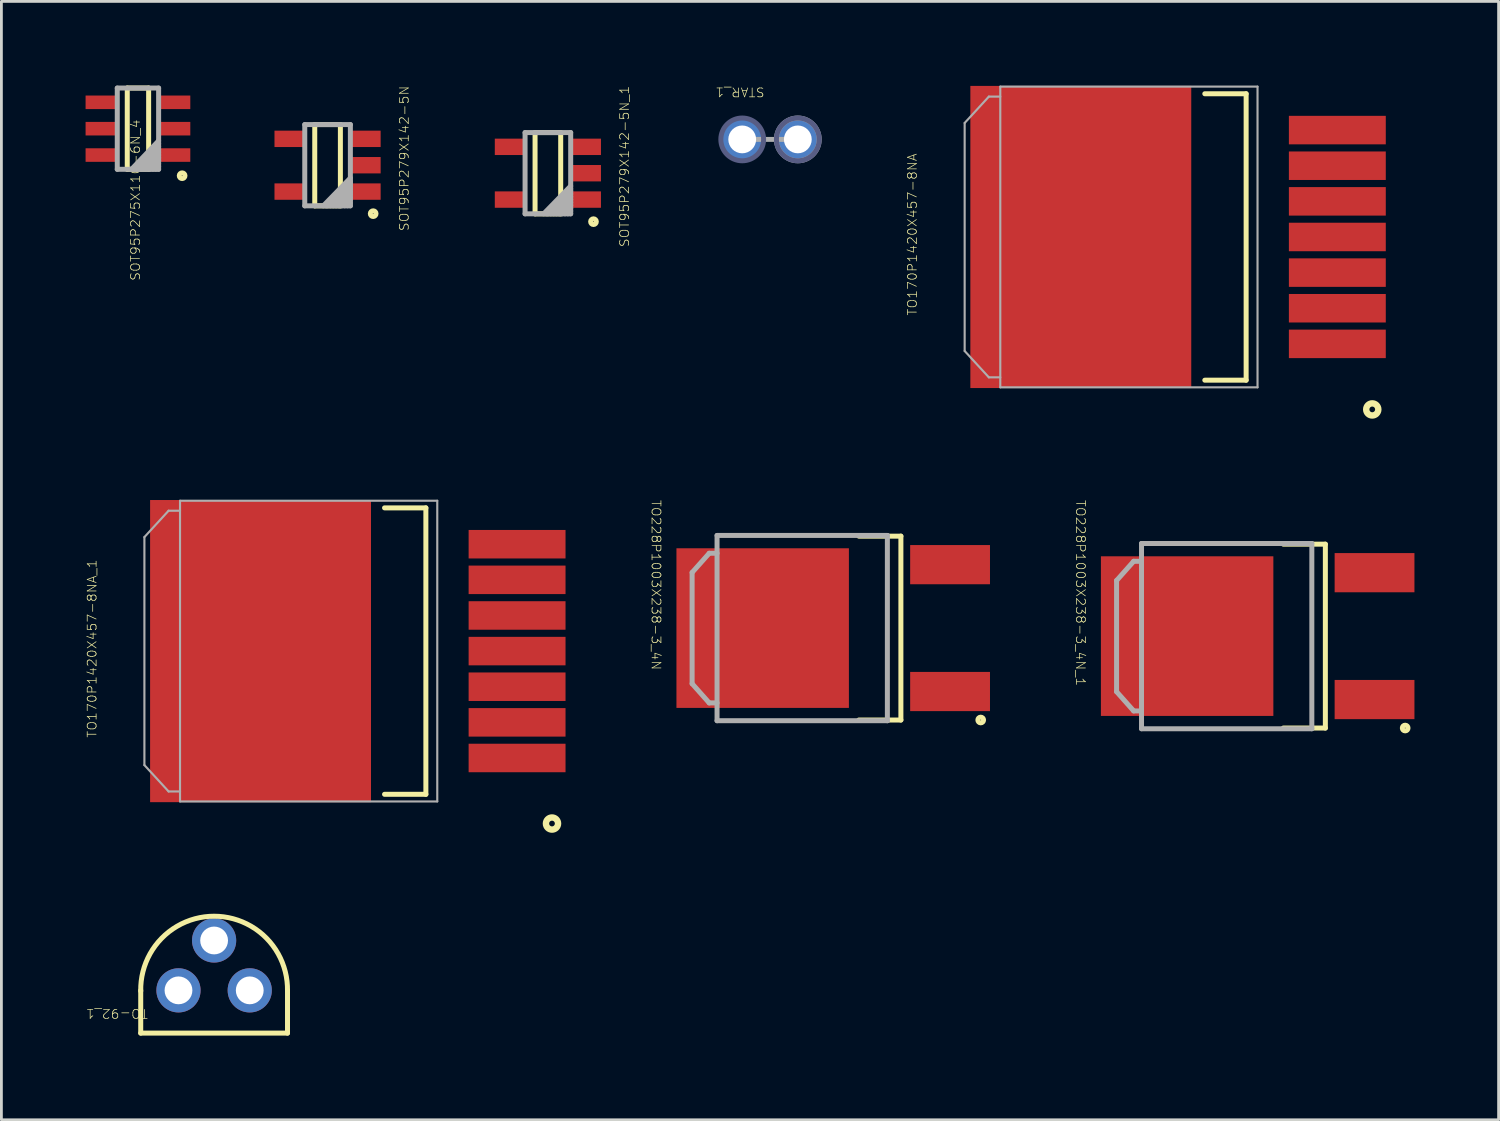
<source format=kicad_pcb>
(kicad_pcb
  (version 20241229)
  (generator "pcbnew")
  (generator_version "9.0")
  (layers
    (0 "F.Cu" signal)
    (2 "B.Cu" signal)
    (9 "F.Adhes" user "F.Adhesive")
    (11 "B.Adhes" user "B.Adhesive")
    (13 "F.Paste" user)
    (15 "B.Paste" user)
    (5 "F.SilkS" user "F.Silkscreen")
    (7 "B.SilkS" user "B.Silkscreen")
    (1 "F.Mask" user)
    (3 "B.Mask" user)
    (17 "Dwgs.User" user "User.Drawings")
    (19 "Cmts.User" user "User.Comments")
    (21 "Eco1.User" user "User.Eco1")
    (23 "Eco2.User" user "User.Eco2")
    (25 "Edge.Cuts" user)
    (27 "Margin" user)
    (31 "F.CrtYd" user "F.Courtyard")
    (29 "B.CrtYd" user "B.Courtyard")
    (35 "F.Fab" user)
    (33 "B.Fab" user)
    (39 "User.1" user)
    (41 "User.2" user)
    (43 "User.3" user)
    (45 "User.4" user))
  (footprint "SOT95P279X142-5N"
    (layer "F.Cu")
    (at 8.626 2.839)
    (property "Reference" "SOT95P279X142-5N" (at 2.731 -0.241 90) (unlocked yes) (layer "F.SilkS") (effects (font (size 0.317 0.333) (thickness 0.025))))
    (attr smd)
    (fp_line (start -0.457 -1.448) (end -0.457 1.448) (stroke (width 0.178) (type solid)) (layer "F.SilkS"))
    (fp_line (start 0.457 -1.448) (end -0.457 -1.448) (stroke (width 0.178) (type solid)) (layer "F.SilkS"))
    (fp_line (start 0.457 -1.448) (end 0.457 1.448) (stroke (width 0.178) (type solid)) (layer "F.SilkS"))
    (fp_line (start 0.457 1.448) (end -0.457 1.448) (stroke (width 0.178) (type solid)) (layer "F.SilkS"))
    (fp_arc (start 1.524 1.7272) (mid 1.7272 1.7272) (end 1.524 1.7272) (stroke (width 0.1778) (type solid)) (layer "F.SilkS"))
    (fp_line (start -0.813 -1.448) (end -0.813 1.448) (stroke (width 0.178) (type solid)) (layer "F.Fab"))
    (fp_line (start 0.813 -1.448) (end -0.813 -1.448) (stroke (width 0.178) (type solid)) (layer "F.Fab"))
    (fp_line (start 0.813 -1.448) (end 0.813 1.448) (stroke (width 0.178) (type solid)) (layer "F.Fab"))
    (fp_line (start 0.813 0.457) (end -0.152 1.448) (stroke (width 0.178) (type solid)) (layer "F.Fab"))
    (fp_line (start 0.813 0.559) (end -0.051 1.448) (stroke (width 0.178) (type solid)) (layer "F.Fab"))
    (fp_line (start 0.813 0.635) (end 0 1.448) (stroke (width 0.178) (type solid)) (layer "F.Fab"))
    (fp_line (start 0.813 0.737) (end 0.102 1.448) (stroke (width 0.178) (type solid)) (layer "F.Fab"))
    (fp_line (start 0.813 0.838) (end 0.203 1.448) (stroke (width 0.178) (type solid)) (layer "F.Fab"))
    (fp_line (start 0.813 0.94) (end 0.305 1.448) (stroke (width 0.178) (type solid)) (layer "F.Fab"))
    (fp_line (start 0.813 1.041) (end 0.406 1.448) (stroke (width 0.178) (type solid)) (layer "F.Fab"))
    (fp_line (start 0.813 1.143) (end 0.508 1.448) (stroke (width 0.178) (type solid)) (layer "F.Fab"))
    (fp_line (start 0.813 1.245) (end 0.61 1.448) (stroke (width 0.178) (type solid)) (layer "F.Fab"))
    (fp_line (start 0.813 1.346) (end 0.711 1.448) (stroke (width 0.178) (type solid)) (layer "F.Fab"))
    (fp_line (start 0.813 1.448) (end -0.813 1.448) (stroke (width 0.178) (type solid)) (layer "F.Fab"))
    (pad "1" smd rect (at 1.346 0.94) (size 1.092 0.584) (layers "F.Cu" "F.Mask" "F.Paste"))
    (pad "2" smd rect (at 1.346 0) (size 1.092 0.584) (layers "F.Cu" "F.Mask" "F.Paste"))
    (pad "3" smd rect (at 1.346 -0.94) (size 1.092 0.584) (layers "F.Cu" "F.Mask" "F.Paste"))
    (pad "4" smd rect (at -1.346 -0.94) (size 1.092 0.584) (layers "F.Cu" "F.Mask" "F.Paste"))
    (pad "5" smd rect (at -1.346 0.94) (size 1.092 0.584) (layers "F.Cu" "F.Mask" "F.Paste")))
  (footprint "TO170P1420X457-8NA"
    (layer "F.Cu")
    (at 40.047 5.397)
    (property "Reference" "TO170P1420X457-8NA" (at -10.579 -0.089 90) (unlocked yes) (layer "F.SilkS") (effects (font (size 0.317 0.333) (thickness 0.025))))
    (attr smd)
    (fp_line (start 1.321 -5.105) (end -0.152 -5.105) (stroke (width 0.178) (type solid)) (layer "F.SilkS"))
    (fp_line (start 1.321 -5.105) (end 1.321 5.105) (stroke (width 0.178) (type solid)) (layer "F.SilkS"))
    (fp_line (start 1.321 5.105) (end -0.152 5.105) (stroke (width 0.178) (type solid)) (layer "F.SilkS"))
    (fp_arc (start 5.715 6.1468) (mid 5.9182 6.1468) (end 5.715 6.1468) (stroke (width 0.2286) (type solid)) (layer "F.SilkS"))
    (fp_line (start -8.712 -4.064) (end -8.712 4.064) (stroke (width 0.076) (type solid)) (layer "F.Fab"))
    (fp_line (start -7.849 -5.004) (end -8.712 -4.064) (stroke (width 0.076) (type solid)) (layer "F.Fab"))
    (fp_line (start -7.849 5.004) (end -8.712 4.064) (stroke (width 0.076) (type solid)) (layer "F.Fab"))
    (fp_line (start -7.442 -5.359) (end -7.442 5.359) (stroke (width 0.076) (type solid)) (layer "F.Fab"))
    (fp_line (start -7.442 -5.004) (end -7.849 -5.004) (stroke (width 0.076) (type solid)) (layer "F.Fab"))
    (fp_line (start -7.442 5.004) (end -7.849 5.004) (stroke (width 0.076) (type solid)) (layer "F.Fab"))
    (fp_line (start 1.727 -5.359) (end -7.442 -5.359) (stroke (width 0.076) (type solid)) (layer "F.Fab"))
    (fp_line (start 1.727 -5.359) (end 1.727 5.359) (stroke (width 0.076) (type solid)) (layer "F.Fab"))
    (fp_line (start 1.727 5.359) (end -7.442 5.359) (stroke (width 0.076) (type solid)) (layer "F.Fab"))
    (pad "1" smd rect (at 4.572 3.81) (size 3.454 1.016) (layers "F.Cu" "F.Mask" "F.Paste"))
    (pad "2" smd rect (at 4.572 2.54) (size 3.454 1.016) (layers "F.Cu" "F.Mask" "F.Paste"))
    (pad "3" smd rect (at 4.572 1.27) (size 3.454 1.016) (layers "F.Cu" "F.Mask" "F.Paste"))
    (pad "4" smd rect (at 4.572 0) (size 3.454 1.016) (layers "F.Cu" "F.Mask" "F.Paste"))
    (pad "5" smd rect (at 4.572 -1.27) (size 3.454 1.016) (layers "F.Cu" "F.Mask" "F.Paste"))
    (pad "6" smd rect (at 4.572 -2.54) (size 3.454 1.016) (layers "F.Cu" "F.Mask" "F.Paste"))
    (pad "7" smd rect (at 4.572 -3.81) (size 3.454 1.016) (layers "F.Cu" "F.Mask" "F.Paste"))
    (pad "8" smd rect (at -4.572 0 90) (size 10.77 7.874) (layers "F.Cu" "F.Mask" "F.Paste")))
  (footprint "TO-92_1"
    (layer "F.Cu")
    (at 3.312 32.251)
    (property "Reference" "TO-92_1" (at -2.197 0.826 180) (unlocked yes) (layer "F.SilkS") (effects (font (size 0.317 0.333) (thickness 0.025))))
    (attr smd)
    (fp_line (start -1.346 1.524) (end -1.346 0) (stroke (width 0.178) (type solid)) (layer "F.SilkS"))
    (fp_line (start -1.346 1.524) (end 3.886 1.524) (stroke (width 0.178) (type solid)) (layer "F.SilkS"))
    (fp_line (start 3.886 1.524) (end 3.886 0) (stroke (width 0.178) (type solid)) (layer "F.SilkS"))
    (fp_arc (start -1.345718 0.024825) (mid 1.27 -2.6416) (end 3.885718 0.024824) (stroke (width 0.1778) (type solid)) (layer "F.SilkS"))
    (pad "1" thru_hole circle (at 0 0) (size 1.575 1.575) (drill 0.991) (layers "*.Cu" "*.Mask"))
    (pad "2" thru_hole circle (at 1.27 -1.778) (size 1.575 1.575) (drill 0.991) (layers "*.Cu" "*.Mask"))
    (pad "3" thru_hole circle (at 2.54 0) (size 1.575 1.575) (drill 0.991) (layers "*.Cu" "*.Mask")))
  (footprint "TO228P1003X238-3_4N_1"
    (layer "F.Cu")
    (at 41.754 19.624)
    (property "Reference" "TO228P1003X238-3_4N_1" (at -6.287 -1.537 270) (unlocked yes) (layer "F.SilkS") (effects (font (size 0.317 0.333) (thickness 0.025))))
    (attr smd)
    (fp_line (start 2.438 -3.277) (end 0.94 -3.277) (stroke (width 0.178) (type solid)) (layer "F.SilkS"))
    (fp_line (start 2.438 -3.277) (end 2.438 3.277) (stroke (width 0.178) (type solid)) (layer "F.SilkS"))
    (fp_line (start 2.438 3.277) (end 0.94 3.277) (stroke (width 0.178) (type solid)) (layer "F.SilkS"))
    (fp_arc (start 5.1816 3.2766) (mid 5.3848 3.2766) (end 5.1816 3.2766) (stroke (width 0.1778) (type solid)) (layer "F.SilkS"))
    (fp_line (start -5.004 -1.981) (end -5.004 1.981) (stroke (width 0.178) (type solid)) (layer "F.Fab"))
    (fp_line (start -4.394 -2.667) (end -5.004 -1.981) (stroke (width 0.178) (type solid)) (layer "F.Fab"))
    (fp_line (start -4.394 2.667) (end -5.004 1.981) (stroke (width 0.178) (type solid)) (layer "F.Fab"))
    (fp_line (start -4.115 -3.302) (end -4.115 3.302) (stroke (width 0.178) (type solid)) (layer "F.Fab"))
    (fp_line (start -4.115 -2.667) (end -4.394 -2.667) (stroke (width 0.178) (type solid)) (layer "F.Fab"))
    (fp_line (start -4.115 2.667) (end -4.394 2.667) (stroke (width 0.178) (type solid)) (layer "F.Fab"))
    (fp_line (start 1.956 -3.302) (end -4.115 -3.302) (stroke (width 0.178) (type solid)) (layer "F.Fab"))
    (fp_line (start 1.956 -3.302) (end 1.956 3.302) (stroke (width 0.178) (type solid)) (layer "F.Fab"))
    (fp_line (start 1.956 3.302) (end -4.115 3.302) (stroke (width 0.178) (type solid)) (layer "F.Fab"))
    (pad "1" smd rect (at 4.191 2.261) (size 2.845 1.397) (layers "F.Cu" "F.Mask" "F.Paste"))
    (pad "3" smd rect (at 4.191 -2.261) (size 2.845 1.397) (layers "F.Cu" "F.Mask" "F.Paste"))
    (pad "4" smd rect (at -2.489 0) (size 6.147 5.69) (layers "F.Cu" "F.Mask" "F.Paste")))
  (footprint "SOT95P275X110-6N_4"
    (layer "F.Cu")
    (at 1.867 1.537)
    (property "Reference" "SOT95P275X110-6N_4" (at -0.089 2.546 90) (unlocked yes) (layer "F.SilkS") (effects (font (size 0.317 0.333) (thickness 0.025))))
    (attr smd)
    (fp_line (start -0.381 -1.448) (end -0.381 1.448) (stroke (width 0.178) (type solid)) (layer "F.SilkS"))
    (fp_line (start 0.381 -1.448) (end -0.381 -1.448) (stroke (width 0.178) (type solid)) (layer "F.SilkS"))
    (fp_line (start 0.381 -1.448) (end 0.381 1.448) (stroke (width 0.178) (type solid)) (layer "F.SilkS"))
    (fp_line (start 0.381 1.448) (end -0.381 1.448) (stroke (width 0.178) (type solid)) (layer "F.SilkS"))
    (fp_arc (start 1.4732 1.6764) (mid 1.6764 1.6764) (end 1.4732 1.6764) (stroke (width 0.1778) (type solid)) (layer "F.SilkS"))
    (fp_line (start -0.737 -1.448) (end -0.737 1.448) (stroke (width 0.178) (type solid)) (layer "F.Fab"))
    (fp_line (start 0.737 -1.448) (end -0.737 -1.448) (stroke (width 0.178) (type solid)) (layer "F.Fab"))
    (fp_line (start 0.737 -1.448) (end 0.737 1.448) (stroke (width 0.178) (type solid)) (layer "F.Fab"))
    (fp_line (start 0.737 0.432) (end -0.229 1.448) (stroke (width 0.178) (type solid)) (layer "F.Fab"))
    (fp_line (start 0.737 0.533) (end -0.127 1.448) (stroke (width 0.178) (type solid)) (layer "F.Fab"))
    (fp_line (start 0.737 0.635) (end -0.025 1.448) (stroke (width 0.178) (type solid)) (layer "F.Fab"))
    (fp_line (start 0.737 0.737) (end 0.025 1.448) (stroke (width 0.178) (type solid)) (layer "F.Fab"))
    (fp_line (start 0.737 0.838) (end 0.127 1.448) (stroke (width 0.178) (type solid)) (layer "F.Fab"))
    (fp_line (start 0.737 0.94) (end 0.229 1.448) (stroke (width 0.178) (type solid)) (layer "F.Fab"))
    (fp_line (start 0.737 1.041) (end 0.33 1.448) (stroke (width 0.178) (type solid)) (layer "F.Fab"))
    (fp_line (start 0.737 1.143) (end 0.432 1.448) (stroke (width 0.178) (type solid)) (layer "F.Fab"))
    (fp_line (start 0.737 1.245) (end 0.533 1.448) (stroke (width 0.178) (type solid)) (layer "F.Fab"))
    (fp_line (start 0.737 1.346) (end 0.635 1.448) (stroke (width 0.178) (type solid)) (layer "F.Fab"))
    (fp_line (start 0.737 1.448) (end -0.737 1.448) (stroke (width 0.178) (type solid)) (layer "F.Fab"))
    (pad "1" smd rect (at 1.295 0.94) (size 1.143 0.483) (layers "F.Cu" "F.Mask" "F.Paste"))
    (pad "2" smd rect (at 1.295 0) (size 1.143 0.483) (layers "F.Cu" "F.Mask" "F.Paste"))
    (pad "3" smd rect (at 1.295 -0.94) (size 1.143 0.483) (layers "F.Cu" "F.Mask" "F.Paste"))
    (pad "4" smd rect (at -1.295 -0.94) (size 1.143 0.483) (layers "F.Cu" "F.Mask" "F.Paste"))
    (pad "5" smd rect (at -1.295 0) (size 1.143 0.483) (layers "F.Cu" "F.Mask" "F.Paste"))
    (pad "6" smd rect (at -1.295 0.94) (size 1.143 0.483) (layers "F.Cu" "F.Mask" "F.Paste")))
  (footprint "STAR_1"
    (layer "F.Cu")
    (at 24.397 1.919)
    (property "Reference" "STAR_1" (at -1.073 -1.689 180) (unlocked yes) (layer "F.SilkS") (effects (font (size 0.317 0.333) (thickness 0.025))))
    (attr smd)
    (fp_arc (start -1.7526 0) (mid -0.2286 0) (end -1.7526 0) (stroke (width 0.1778) (type solid)) (layer "B.Fab"))
    (fp_arc (start 0.2286 0) (mid 1.7526 0) (end 0.2286 0) (stroke (width 0.1778) (type solid)) (layer "B.Fab"))
    (fp_line (start 1.346 0) (end -1.346 0) (stroke (width 0.178) (type solid)) (layer "F.Fab"))
    (fp_arc (start 0.2286 0) (mid 1.7526 0) (end 0.2286 0) (stroke (width 0.1778) (type solid)) (layer "F.Fab"))
    (pad "1" thru_hole circle (at 0.991 0) (size 1.575 1.575) (drill 0.991) (layers "*.Cu" "*.Mask"))
    (pad "2" thru_hole circle (at -0.991 0) (size 1.575 1.575) (drill 0.991) (layers "*.Cu" "*.Mask")))
  (footprint "SOT95P279X142-5N_1"
    (layer "F.Cu")
    (at 16.479 3.124)
    (property "Reference" "SOT95P279X142-5N_1" (at 2.731 -0.241 90) (unlocked yes) (layer "F.SilkS") (effects (font (size 0.317 0.333) (thickness 0.025))))
    (attr smd)
    (fp_line (start -0.457 -1.448) (end -0.457 1.448) (stroke (width 0.178) (type solid)) (layer "F.SilkS"))
    (fp_line (start 0.457 -1.448) (end -0.457 -1.448) (stroke (width 0.178) (type solid)) (layer "F.SilkS"))
    (fp_line (start 0.457 -1.448) (end 0.457 1.448) (stroke (width 0.178) (type solid)) (layer "F.SilkS"))
    (fp_line (start 0.457 1.448) (end -0.457 1.448) (stroke (width 0.178) (type solid)) (layer "F.SilkS"))
    (fp_arc (start 1.524 1.7272) (mid 1.7272 1.7272) (end 1.524 1.7272) (stroke (width 0.1778) (type solid)) (layer "F.SilkS"))
    (fp_line (start -0.813 -1.448) (end -0.813 1.448) (stroke (width 0.178) (type solid)) (layer "F.Fab"))
    (fp_line (start 0.813 -1.448) (end -0.813 -1.448) (stroke (width 0.178) (type solid)) (layer "F.Fab"))
    (fp_line (start 0.813 -1.448) (end 0.813 1.448) (stroke (width 0.178) (type solid)) (layer "F.Fab"))
    (fp_line (start 0.813 0.457) (end -0.152 1.448) (stroke (width 0.178) (type solid)) (layer "F.Fab"))
    (fp_line (start 0.813 0.559) (end -0.051 1.448) (stroke (width 0.178) (type solid)) (layer "F.Fab"))
    (fp_line (start 0.813 0.635) (end 0 1.448) (stroke (width 0.178) (type solid)) (layer "F.Fab"))
    (fp_line (start 0.813 0.737) (end 0.102 1.448) (stroke (width 0.178) (type solid)) (layer "F.Fab"))
    (fp_line (start 0.813 0.838) (end 0.203 1.448) (stroke (width 0.178) (type solid)) (layer "F.Fab"))
    (fp_line (start 0.813 0.94) (end 0.305 1.448) (stroke (width 0.178) (type solid)) (layer "F.Fab"))
    (fp_line (start 0.813 1.041) (end 0.406 1.448) (stroke (width 0.178) (type solid)) (layer "F.Fab"))
    (fp_line (start 0.813 1.143) (end 0.508 1.448) (stroke (width 0.178) (type solid)) (layer "F.Fab"))
    (fp_line (start 0.813 1.245) (end 0.61 1.448) (stroke (width 0.178) (type solid)) (layer "F.Fab"))
    (fp_line (start 0.813 1.346) (end 0.711 1.448) (stroke (width 0.178) (type solid)) (layer "F.Fab"))
    (fp_line (start 0.813 1.448) (end -0.813 1.448) (stroke (width 0.178) (type solid)) (layer "F.Fab"))
    (pad "1" smd rect (at 1.346 0.94) (size 1.092 0.584) (layers "F.Cu" "F.Mask" "F.Paste"))
    (pad "2" smd rect (at 1.346 0) (size 1.092 0.584) (layers "F.Cu" "F.Mask" "F.Paste"))
    (pad "3" smd rect (at 1.346 -0.94) (size 1.092 0.584) (layers "F.Cu" "F.Mask" "F.Paste"))
    (pad "4" smd rect (at -1.346 -0.94) (size 1.092 0.584) (layers "F.Cu" "F.Mask" "F.Paste"))
    (pad "5" smd rect (at -1.346 0.94) (size 1.092 0.584) (layers "F.Cu" "F.Mask" "F.Paste")))
  (footprint "TO228P1003X238-3_4N"
    (layer "F.Cu")
    (at 26.624 19.338)
    (property "Reference" "TO228P1003X238-3_4N" (at -6.287 -1.537 270) (unlocked yes) (layer "F.SilkS") (effects (font (size 0.317 0.333) (thickness 0.025))))
    (attr smd)
    (fp_line (start 2.438 -3.277) (end 0.94 -3.277) (stroke (width 0.178) (type solid)) (layer "F.SilkS"))
    (fp_line (start 2.438 -3.277) (end 2.438 3.277) (stroke (width 0.178) (type solid)) (layer "F.SilkS"))
    (fp_line (start 2.438 3.277) (end 0.94 3.277) (stroke (width 0.178) (type solid)) (layer "F.SilkS"))
    (fp_arc (start 5.1816 3.2766) (mid 5.3848 3.2766) (end 5.1816 3.2766) (stroke (width 0.1778) (type solid)) (layer "F.SilkS"))
    (fp_line (start -5.004 -1.981) (end -5.004 1.981) (stroke (width 0.178) (type solid)) (layer "F.Fab"))
    (fp_line (start -4.394 -2.667) (end -5.004 -1.981) (stroke (width 0.178) (type solid)) (layer "F.Fab"))
    (fp_line (start -4.394 2.667) (end -5.004 1.981) (stroke (width 0.178) (type solid)) (layer "F.Fab"))
    (fp_line (start -4.115 -3.302) (end -4.115 3.302) (stroke (width 0.178) (type solid)) (layer "F.Fab"))
    (fp_line (start -4.115 -2.667) (end -4.394 -2.667) (stroke (width 0.178) (type solid)) (layer "F.Fab"))
    (fp_line (start -4.115 2.667) (end -4.394 2.667) (stroke (width 0.178) (type solid)) (layer "F.Fab"))
    (fp_line (start 1.956 -3.302) (end -4.115 -3.302) (stroke (width 0.178) (type solid)) (layer "F.Fab"))
    (fp_line (start 1.956 -3.302) (end 1.956 3.302) (stroke (width 0.178) (type solid)) (layer "F.Fab"))
    (fp_line (start 1.956 3.302) (end -4.115 3.302) (stroke (width 0.178) (type solid)) (layer "F.Fab"))
    (pad "1" smd rect (at 4.191 2.261) (size 2.845 1.397) (layers "F.Cu" "F.Mask" "F.Paste"))
    (pad "3" smd rect (at 4.191 -2.261) (size 2.845 1.397) (layers "F.Cu" "F.Mask" "F.Paste"))
    (pad "4" smd rect (at -2.489 0) (size 6.147 5.69) (layers "F.Cu" "F.Mask" "F.Paste")))
  (footprint "TO170P1420X457-8NA_1"
    (layer "F.Cu")
    (at 10.809 20.158)
    (property "Reference" "TO170P1420X457-8NA_1" (at -10.579 -0.089 90) (unlocked yes) (layer "F.SilkS") (effects (font (size 0.317 0.333) (thickness 0.025))))
    (attr smd)
    (fp_line (start 1.321 -5.105) (end -0.152 -5.105) (stroke (width 0.178) (type solid)) (layer "F.SilkS"))
    (fp_line (start 1.321 -5.105) (end 1.321 5.105) (stroke (width 0.178) (type solid)) (layer "F.SilkS"))
    (fp_line (start 1.321 5.105) (end -0.152 5.105) (stroke (width 0.178) (type solid)) (layer "F.SilkS"))
    (fp_arc (start 5.715 6.1468) (mid 5.9182 6.1468) (end 5.715 6.1468) (stroke (width 0.2286) (type solid)) (layer "F.SilkS"))
    (fp_line (start -8.712 -4.064) (end -8.712 4.064) (stroke (width 0.076) (type solid)) (layer "F.Fab"))
    (fp_line (start -7.849 -5.004) (end -8.712 -4.064) (stroke (width 0.076) (type solid)) (layer "F.Fab"))
    (fp_line (start -7.849 5.004) (end -8.712 4.064) (stroke (width 0.076) (type solid)) (layer "F.Fab"))
    (fp_line (start -7.442 -5.359) (end -7.442 5.359) (stroke (width 0.076) (type solid)) (layer "F.Fab"))
    (fp_line (start -7.442 -5.004) (end -7.849 -5.004) (stroke (width 0.076) (type solid)) (layer "F.Fab"))
    (fp_line (start -7.442 5.004) (end -7.849 5.004) (stroke (width 0.076) (type solid)) (layer "F.Fab"))
    (fp_line (start 1.727 -5.359) (end -7.442 -5.359) (stroke (width 0.076) (type solid)) (layer "F.Fab"))
    (fp_line (start 1.727 -5.359) (end 1.727 5.359) (stroke (width 0.076) (type solid)) (layer "F.Fab"))
    (fp_line (start 1.727 5.359) (end -7.442 5.359) (stroke (width 0.076) (type solid)) (layer "F.Fab"))
    (pad "1" smd rect (at 4.572 3.81) (size 3.454 1.016) (layers "F.Cu" "F.Mask" "F.Paste"))
    (pad "2" smd rect (at 4.572 2.54) (size 3.454 1.016) (layers "F.Cu" "F.Mask" "F.Paste"))
    (pad "3" smd rect (at 4.572 1.27) (size 3.454 1.016) (layers "F.Cu" "F.Mask" "F.Paste"))
    (pad "4" smd rect (at 4.572 0) (size 3.454 1.016) (layers "F.Cu" "F.Mask" "F.Paste"))
    (pad "5" smd rect (at 4.572 -1.27) (size 3.454 1.016) (layers "F.Cu" "F.Mask" "F.Paste"))
    (pad "6" smd rect (at 4.572 -2.54) (size 3.454 1.016) (layers "F.Cu" "F.Mask" "F.Paste"))
    (pad "7" smd rect (at 4.572 -3.81) (size 3.454 1.016) (layers "F.Cu" "F.Mask" "F.Paste"))
    (pad "8" smd rect (at -4.572 0 90) (size 10.77 7.874) (layers "F.Cu" "F.Mask" "F.Paste")))
  (gr_rect
    (start -3 -3)
    (end 50.367 36.864)
    (stroke (width 0.1) (type default))
    (fill no)
    (layer "Edge.Cuts")))
</source>
